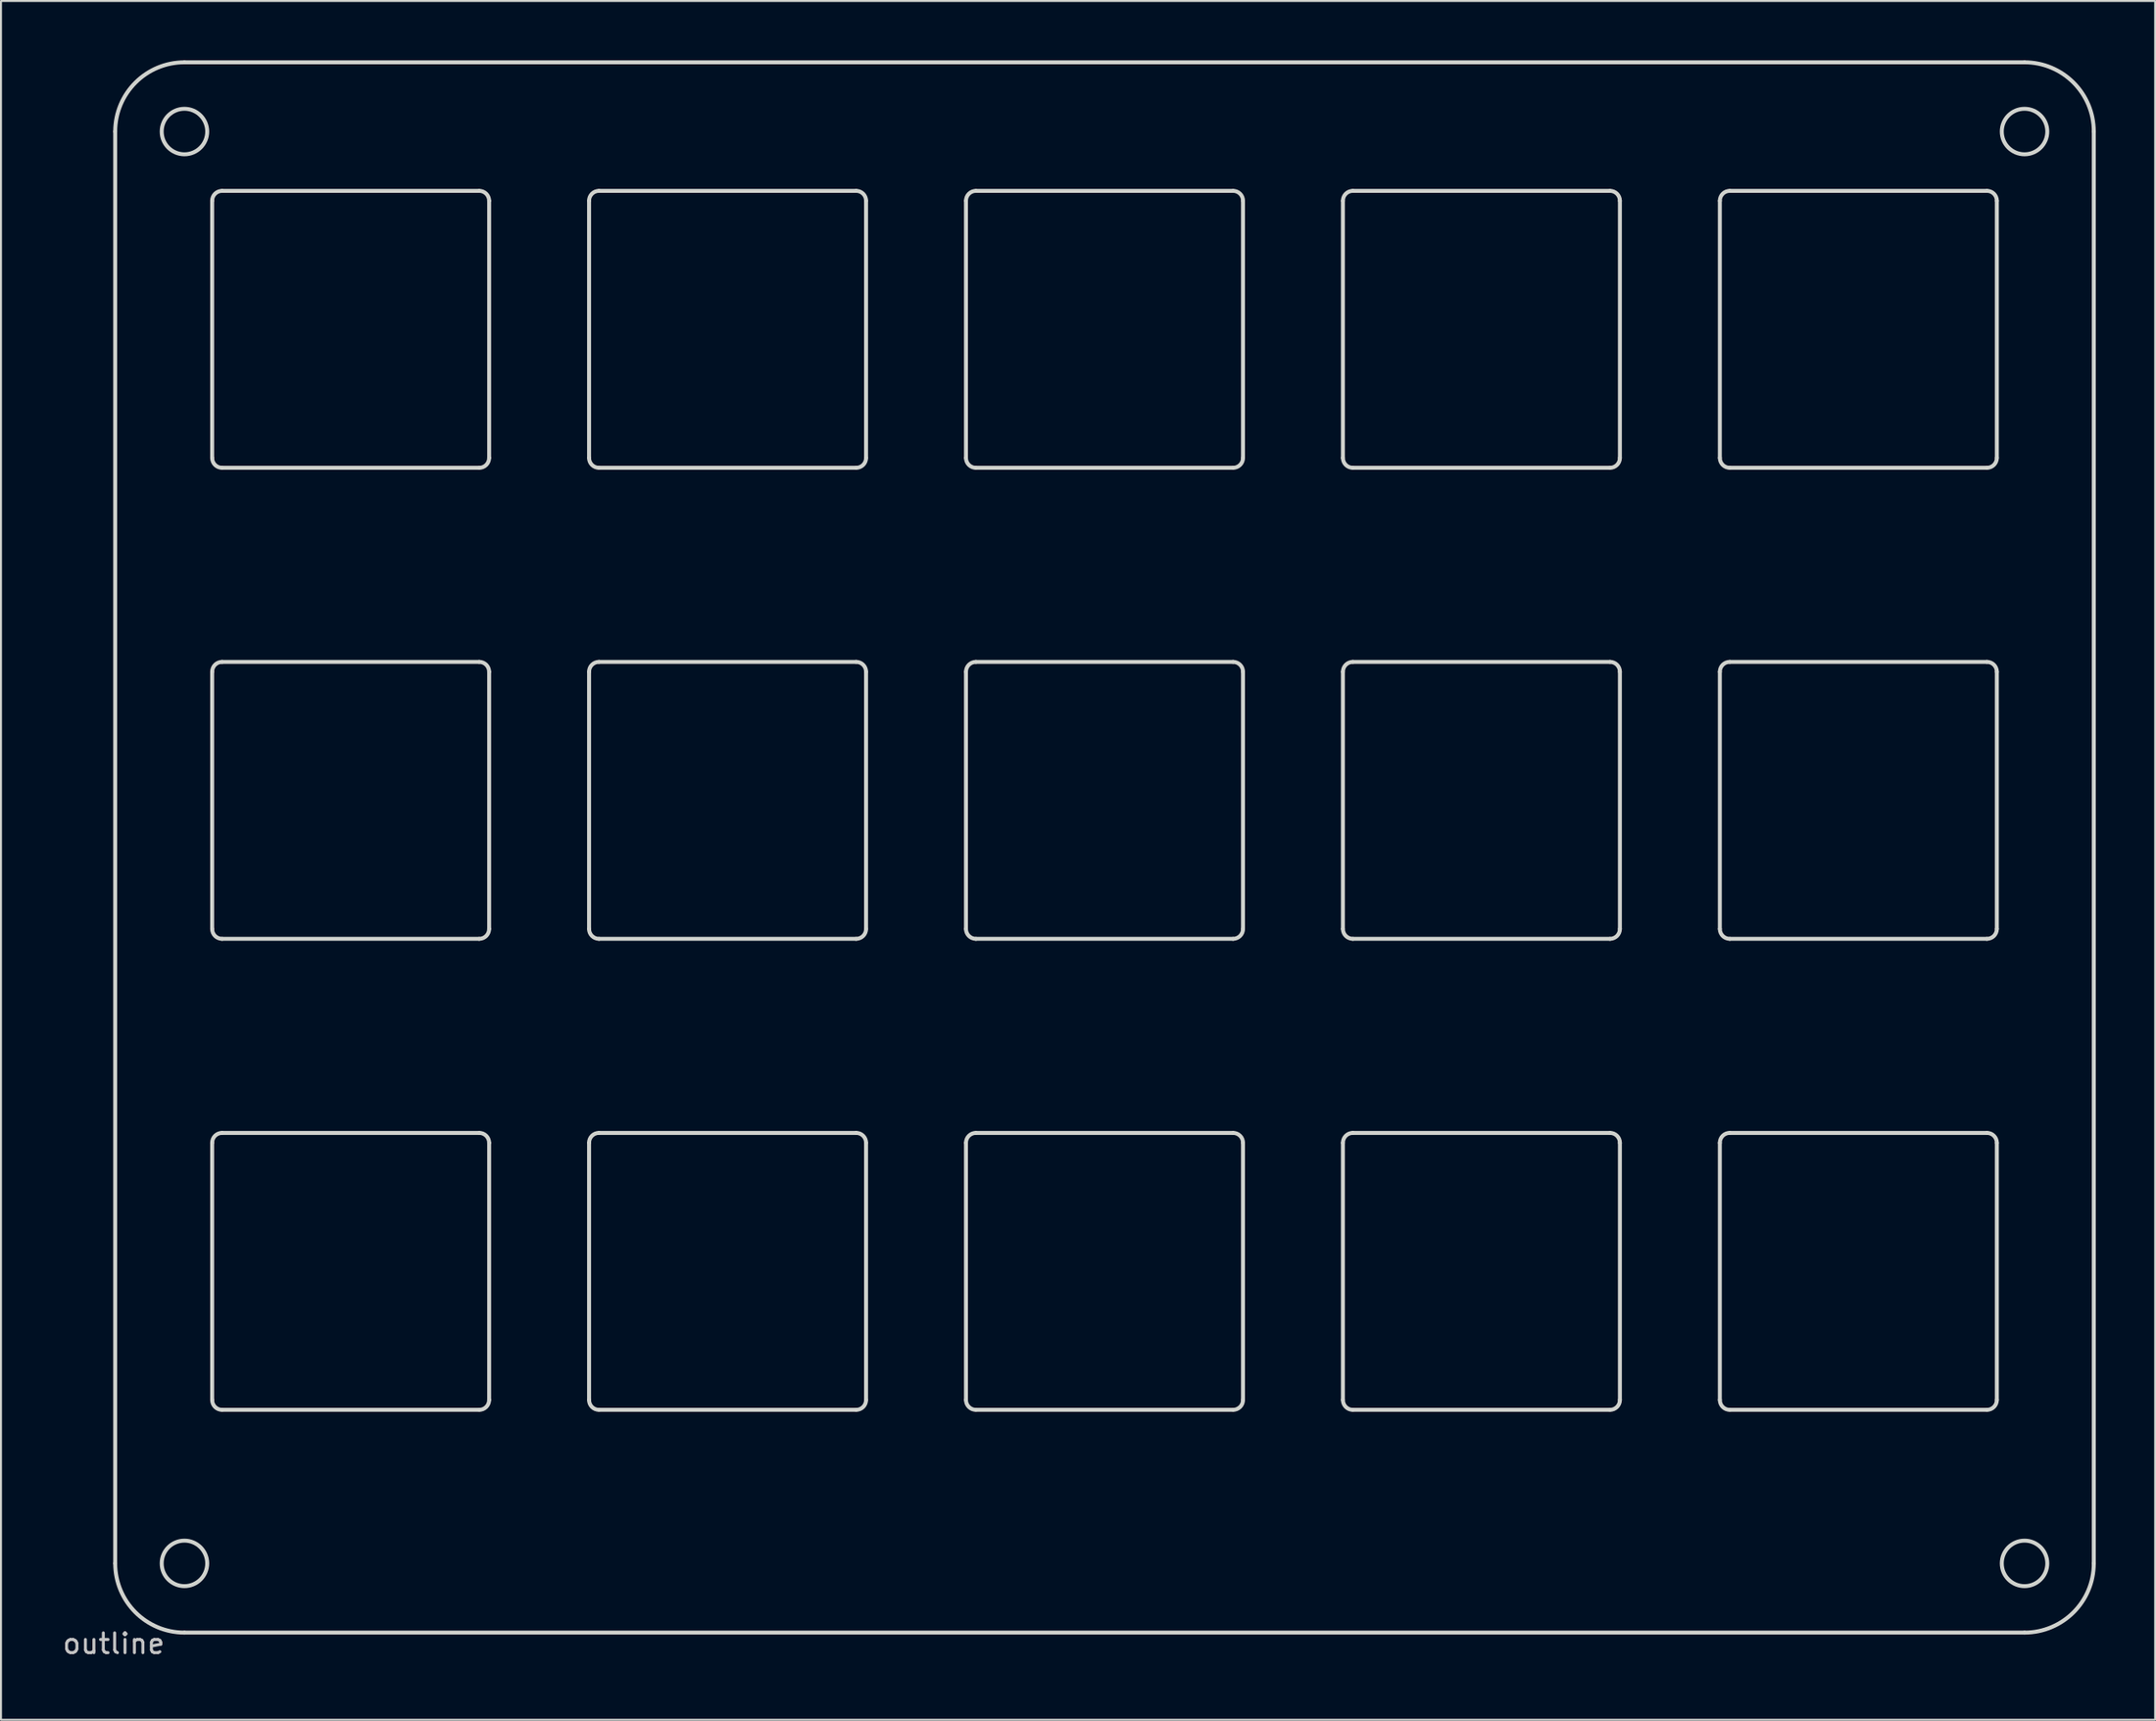
<source format=kicad_pcb>
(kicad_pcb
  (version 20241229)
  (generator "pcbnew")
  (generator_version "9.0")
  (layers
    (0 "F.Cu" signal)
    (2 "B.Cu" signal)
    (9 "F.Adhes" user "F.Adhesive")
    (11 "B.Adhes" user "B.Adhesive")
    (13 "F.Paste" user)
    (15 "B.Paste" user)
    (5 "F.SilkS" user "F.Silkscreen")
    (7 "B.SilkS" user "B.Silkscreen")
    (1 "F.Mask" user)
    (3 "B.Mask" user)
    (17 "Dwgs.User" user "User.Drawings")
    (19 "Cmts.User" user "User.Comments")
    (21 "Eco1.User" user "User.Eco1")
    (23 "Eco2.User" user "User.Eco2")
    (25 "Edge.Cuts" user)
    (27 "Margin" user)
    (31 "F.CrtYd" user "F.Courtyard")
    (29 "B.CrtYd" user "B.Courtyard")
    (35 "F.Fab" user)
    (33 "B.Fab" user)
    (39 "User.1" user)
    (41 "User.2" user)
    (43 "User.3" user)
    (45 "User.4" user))
  (footprint "outline"
    (layer "F.Cu")
    (at 2.696 79.546)
    (property "Reference" "outline" (at 0 0.5 0) (layer "Dwgs.User") (effects (font (size 1 1) (thickness 0.15))))
    (attr through_hole)
    (fp_line (start 0.076 -3.558) (end 0.076 -75.946) (stroke (width 0.2) (type solid)) (layer "Edge.Cuts"))
    (fp_line (start 3.576 -79.446) (end 96.576 -79.446) (stroke (width 0.2) (type solid)) (layer "Edge.Cuts"))
    (fp_line (start 4.976 -72.446) (end 4.976 -59.446) (stroke (width 0.2) (type solid)) (layer "Edge.Cuts"))
    (fp_line (start 4.976 -48.633) (end 4.976 -35.633) (stroke (width 0.2) (type solid)) (layer "Edge.Cuts"))
    (fp_line (start 4.976 -11.821) (end 4.976 -24.821) (stroke (width 0.2) (type solid)) (layer "Edge.Cuts"))
    (fp_line (start 5.476 -58.946) (end 18.476 -58.946) (stroke (width 0.2) (type solid)) (layer "Edge.Cuts"))
    (fp_line (start 5.476 -35.133) (end 18.476 -35.133) (stroke (width 0.2) (type solid)) (layer "Edge.Cuts"))
    (fp_line (start 5.476 -25.321) (end 18.476 -25.321) (stroke (width 0.2) (type solid)) (layer "Edge.Cuts"))
    (fp_line (start 18.476 -72.946) (end 5.476 -72.946) (stroke (width 0.2) (type solid)) (layer "Edge.Cuts"))
    (fp_line (start 18.476 -49.133) (end 5.476 -49.133) (stroke (width 0.2) (type solid)) (layer "Edge.Cuts"))
    (fp_line (start 18.476 -11.321) (end 5.476 -11.321) (stroke (width 0.2) (type solid)) (layer "Edge.Cuts"))
    (fp_line (start 18.976 -59.446) (end 18.976 -72.446) (stroke (width 0.2) (type solid)) (layer "Edge.Cuts"))
    (fp_line (start 18.976 -35.633) (end 18.976 -48.633) (stroke (width 0.2) (type solid)) (layer "Edge.Cuts"))
    (fp_line (start 18.976 -24.821) (end 18.976 -11.821) (stroke (width 0.2) (type solid)) (layer "Edge.Cuts"))
    (fp_line (start 24.026 -72.446) (end 24.026 -59.446) (stroke (width 0.2) (type solid)) (layer "Edge.Cuts"))
    (fp_line (start 24.026 -48.633) (end 24.026 -35.633) (stroke (width 0.2) (type solid)) (layer "Edge.Cuts"))
    (fp_line (start 24.026 -24.821) (end 24.026 -11.821) (stroke (width 0.2) (type solid)) (layer "Edge.Cuts"))
    (fp_line (start 24.526 -58.946) (end 37.526 -58.946) (stroke (width 0.2) (type solid)) (layer "Edge.Cuts"))
    (fp_line (start 24.526 -35.133) (end 37.526 -35.133) (stroke (width 0.2) (type solid)) (layer "Edge.Cuts"))
    (fp_line (start 24.526 -11.321) (end 37.526 -11.321) (stroke (width 0.2) (type solid)) (layer "Edge.Cuts"))
    (fp_line (start 37.526 -72.946) (end 24.526 -72.946) (stroke (width 0.2) (type solid)) (layer "Edge.Cuts"))
    (fp_line (start 37.526 -49.133) (end 24.526 -49.133) (stroke (width 0.2) (type solid)) (layer "Edge.Cuts"))
    (fp_line (start 37.526 -25.321) (end 24.526 -25.321) (stroke (width 0.2) (type solid)) (layer "Edge.Cuts"))
    (fp_line (start 38.026 -59.446) (end 38.026 -72.446) (stroke (width 0.2) (type solid)) (layer "Edge.Cuts"))
    (fp_line (start 38.026 -35.633) (end 38.026 -48.633) (stroke (width 0.2) (type solid)) (layer "Edge.Cuts"))
    (fp_line (start 38.026 -11.821) (end 38.026 -24.821) (stroke (width 0.2) (type solid)) (layer "Edge.Cuts"))
    (fp_line (start 43.076 -72.446) (end 43.076 -59.446) (stroke (width 0.2) (type solid)) (layer "Edge.Cuts"))
    (fp_line (start 43.076 -48.633) (end 43.076 -35.633) (stroke (width 0.2) (type solid)) (layer "Edge.Cuts"))
    (fp_line (start 43.076 -24.821) (end 43.076 -11.821) (stroke (width 0.2) (type solid)) (layer "Edge.Cuts"))
    (fp_line (start 43.576 -58.946) (end 56.576 -58.946) (stroke (width 0.2) (type solid)) (layer "Edge.Cuts"))
    (fp_line (start 43.576 -35.133) (end 56.576 -35.133) (stroke (width 0.2) (type solid)) (layer "Edge.Cuts"))
    (fp_line (start 43.576 -11.321) (end 56.576 -11.321) (stroke (width 0.2) (type solid)) (layer "Edge.Cuts"))
    (fp_line (start 56.576 -72.946) (end 43.576 -72.946) (stroke (width 0.2) (type solid)) (layer "Edge.Cuts"))
    (fp_line (start 56.576 -49.133) (end 43.576 -49.133) (stroke (width 0.2) (type solid)) (layer "Edge.Cuts"))
    (fp_line (start 56.576 -25.321) (end 43.576 -25.321) (stroke (width 0.2) (type solid)) (layer "Edge.Cuts"))
    (fp_line (start 57.076 -59.446) (end 57.076 -72.446) (stroke (width 0.2) (type solid)) (layer "Edge.Cuts"))
    (fp_line (start 57.076 -35.633) (end 57.076 -48.633) (stroke (width 0.2) (type solid)) (layer "Edge.Cuts"))
    (fp_line (start 57.076 -11.821) (end 57.076 -24.821) (stroke (width 0.2) (type solid)) (layer "Edge.Cuts"))
    (fp_line (start 62.126 -72.446) (end 62.126 -59.446) (stroke (width 0.2) (type solid)) (layer "Edge.Cuts"))
    (fp_line (start 62.126 -48.633) (end 62.126 -35.633) (stroke (width 0.2) (type solid)) (layer "Edge.Cuts"))
    (fp_line (start 62.126 -24.821) (end 62.126 -11.821) (stroke (width 0.2) (type solid)) (layer "Edge.Cuts"))
    (fp_line (start 62.626 -58.946) (end 75.626 -58.946) (stroke (width 0.2) (type solid)) (layer "Edge.Cuts"))
    (fp_line (start 62.626 -35.133) (end 75.626 -35.133) (stroke (width 0.2) (type solid)) (layer "Edge.Cuts"))
    (fp_line (start 62.626 -11.321) (end 75.626 -11.321) (stroke (width 0.2) (type solid)) (layer "Edge.Cuts"))
    (fp_line (start 75.626 -72.946) (end 62.626 -72.946) (stroke (width 0.2) (type solid)) (layer "Edge.Cuts"))
    (fp_line (start 75.626 -49.133) (end 62.626 -49.133) (stroke (width 0.2) (type solid)) (layer "Edge.Cuts"))
    (fp_line (start 75.626 -25.321) (end 62.626 -25.321) (stroke (width 0.2) (type solid)) (layer "Edge.Cuts"))
    (fp_line (start 76.126 -59.446) (end 76.126 -72.446) (stroke (width 0.2) (type solid)) (layer "Edge.Cuts"))
    (fp_line (start 76.126 -35.633) (end 76.126 -48.633) (stroke (width 0.2) (type solid)) (layer "Edge.Cuts"))
    (fp_line (start 76.126 -11.821) (end 76.126 -24.821) (stroke (width 0.2) (type solid)) (layer "Edge.Cuts"))
    (fp_line (start 81.176 -72.446) (end 81.176 -59.446) (stroke (width 0.2) (type solid)) (layer "Edge.Cuts"))
    (fp_line (start 81.176 -48.633) (end 81.176 -35.633) (stroke (width 0.2) (type solid)) (layer "Edge.Cuts"))
    (fp_line (start 81.176 -24.821) (end 81.176 -11.821) (stroke (width 0.2) (type solid)) (layer "Edge.Cuts"))
    (fp_line (start 81.676 -58.946) (end 94.676 -58.946) (stroke (width 0.2) (type solid)) (layer "Edge.Cuts"))
    (fp_line (start 81.676 -35.133) (end 94.676 -35.133) (stroke (width 0.2) (type solid)) (layer "Edge.Cuts"))
    (fp_line (start 81.676 -11.321) (end 94.676 -11.321) (stroke (width 0.2) (type solid)) (layer "Edge.Cuts"))
    (fp_line (start 94.676 -72.946) (end 81.676 -72.946) (stroke (width 0.2) (type solid)) (layer "Edge.Cuts"))
    (fp_line (start 94.676 -49.133) (end 81.676 -49.133) (stroke (width 0.2) (type solid)) (layer "Edge.Cuts"))
    (fp_line (start 94.676 -25.321) (end 81.676 -25.321) (stroke (width 0.2) (type solid)) (layer "Edge.Cuts"))
    (fp_line (start 95.176 -59.446) (end 95.176 -72.446) (stroke (width 0.2) (type solid)) (layer "Edge.Cuts"))
    (fp_line (start 95.176 -35.633) (end 95.176 -48.633) (stroke (width 0.2) (type solid)) (layer "Edge.Cuts"))
    (fp_line (start 95.176 -11.821) (end 95.176 -24.821) (stroke (width 0.2) (type solid)) (layer "Edge.Cuts"))
    (fp_line (start 96.576 -0.059) (end 3.576 -0.059) (stroke (width 0.2) (type solid)) (layer "Edge.Cuts"))
    (fp_line (start 100.076 -75.946) (end 100.076 -3.558) (stroke (width 0.2) (type solid)) (layer "Edge.Cuts"))
    (fp_arc (start 0.076 -75.946) (mid 1.101126 -78.420874) (end 3.576 -79.446) (stroke (width 0.2) (type solid)) (layer "Edge.Cuts"))
    (fp_arc (start 3.576 -0.0585) (mid 1.101126 -1.083626) (end 0.076 -3.5585) (stroke (width 0.2) (type solid)) (layer "Edge.Cuts"))
    (fp_arc (start 4.976 -72.446) (mid 5.122447 -72.799553) (end 5.476 -72.946) (stroke (width 0.2) (type solid)) (layer "Edge.Cuts"))
    (fp_arc (start 4.976 -48.6335) (mid 5.122447 -48.987053) (end 5.476 -49.1335) (stroke (width 0.2) (type solid)) (layer "Edge.Cuts"))
    (fp_arc (start 4.976 -24.821) (mid 5.122447 -25.174553) (end 5.476 -25.321) (stroke (width 0.2) (type solid)) (layer "Edge.Cuts"))
    (fp_arc (start 5.476 -58.946) (mid 5.122447 -59.092447) (end 4.976 -59.446) (stroke (width 0.2) (type solid)) (layer "Edge.Cuts"))
    (fp_arc (start 5.476 -35.1335) (mid 5.122447 -35.279947) (end 4.976 -35.6335) (stroke (width 0.2) (type solid)) (layer "Edge.Cuts"))
    (fp_arc (start 5.476 -11.321) (mid 5.122447 -11.467447) (end 4.976 -11.821) (stroke (width 0.2) (type solid)) (layer "Edge.Cuts"))
    (fp_arc (start 18.476 -72.946) (mid 18.829553 -72.799553) (end 18.976 -72.446) (stroke (width 0.2) (type solid)) (layer "Edge.Cuts"))
    (fp_arc (start 18.476 -49.1335) (mid 18.829553 -48.987053) (end 18.976 -48.6335) (stroke (width 0.2) (type solid)) (layer "Edge.Cuts"))
    (fp_arc (start 18.476 -25.321) (mid 18.829553 -25.174553) (end 18.976 -24.821) (stroke (width 0.2) (type solid)) (layer "Edge.Cuts"))
    (fp_arc (start 18.976 -59.446) (mid 18.829553 -59.092447) (end 18.476 -58.946) (stroke (width 0.2) (type solid)) (layer "Edge.Cuts"))
    (fp_arc (start 18.976 -35.6335) (mid 18.829553 -35.279947) (end 18.476 -35.1335) (stroke (width 0.2) (type solid)) (layer "Edge.Cuts"))
    (fp_arc (start 18.976 -11.821) (mid 18.829553 -11.467447) (end 18.476 -11.321) (stroke (width 0.2) (type solid)) (layer "Edge.Cuts"))
    (fp_arc (start 24.026 -72.446) (mid 24.172447 -72.799553) (end 24.526 -72.946) (stroke (width 0.2) (type solid)) (layer "Edge.Cuts"))
    (fp_arc (start 24.026 -48.6335) (mid 24.172447 -48.987053) (end 24.526 -49.1335) (stroke (width 0.2) (type solid)) (layer "Edge.Cuts"))
    (fp_arc (start 24.026 -24.821) (mid 24.172447 -25.174553) (end 24.526 -25.321) (stroke (width 0.2) (type solid)) (layer "Edge.Cuts"))
    (fp_arc (start 24.526 -58.946) (mid 24.172447 -59.092447) (end 24.026 -59.446) (stroke (width 0.2) (type solid)) (layer "Edge.Cuts"))
    (fp_arc (start 24.526 -35.1335) (mid 24.172447 -35.279947) (end 24.026 -35.6335) (stroke (width 0.2) (type solid)) (layer "Edge.Cuts"))
    (fp_arc (start 24.526 -11.321) (mid 24.172447 -11.467447) (end 24.026 -11.821) (stroke (width 0.2) (type solid)) (layer "Edge.Cuts"))
    (fp_arc (start 37.526 -72.946) (mid 37.879553 -72.799553) (end 38.026 -72.446) (stroke (width 0.2) (type solid)) (layer "Edge.Cuts"))
    (fp_arc (start 37.526 -49.1335) (mid 37.879553 -48.987053) (end 38.026 -48.6335) (stroke (width 0.2) (type solid)) (layer "Edge.Cuts"))
    (fp_arc (start 37.526 -25.321) (mid 37.879553 -25.174553) (end 38.026 -24.821) (stroke (width 0.2) (type solid)) (layer "Edge.Cuts"))
    (fp_arc (start 38.026 -59.446) (mid 37.879553 -59.092447) (end 37.526 -58.946) (stroke (width 0.2) (type solid)) (layer "Edge.Cuts"))
    (fp_arc (start 38.026 -35.6335) (mid 37.879553 -35.279947) (end 37.526 -35.1335) (stroke (width 0.2) (type solid)) (layer "Edge.Cuts"))
    (fp_arc (start 38.026 -11.821) (mid 37.879553 -11.467447) (end 37.526 -11.321) (stroke (width 0.2) (type solid)) (layer "Edge.Cuts"))
    (fp_arc (start 43.076 -72.446) (mid 43.222447 -72.799553) (end 43.576 -72.946) (stroke (width 0.2) (type solid)) (layer "Edge.Cuts"))
    (fp_arc (start 43.076 -48.6335) (mid 43.222447 -48.987053) (end 43.576 -49.1335) (stroke (width 0.2) (type solid)) (layer "Edge.Cuts"))
    (fp_arc (start 43.076 -24.821) (mid 43.222447 -25.174553) (end 43.576 -25.321) (stroke (width 0.2) (type solid)) (layer "Edge.Cuts"))
    (fp_arc (start 43.576 -58.946) (mid 43.222447 -59.092447) (end 43.076 -59.446) (stroke (width 0.2) (type solid)) (layer "Edge.Cuts"))
    (fp_arc (start 43.576 -35.1335) (mid 43.222447 -35.279947) (end 43.076 -35.6335) (stroke (width 0.2) (type solid)) (layer "Edge.Cuts"))
    (fp_arc (start 43.576 -11.321) (mid 43.222447 -11.467447) (end 43.076 -11.821) (stroke (width 0.2) (type solid)) (layer "Edge.Cuts"))
    (fp_arc (start 56.576 -72.946) (mid 56.929553 -72.799553) (end 57.076 -72.446) (stroke (width 0.2) (type solid)) (layer "Edge.Cuts"))
    (fp_arc (start 56.576 -49.1335) (mid 56.929553 -48.987053) (end 57.076 -48.6335) (stroke (width 0.2) (type solid)) (layer "Edge.Cuts"))
    (fp_arc (start 56.576 -25.321) (mid 56.929553 -25.174553) (end 57.076 -24.821) (stroke (width 0.2) (type solid)) (layer "Edge.Cuts"))
    (fp_arc (start 57.076 -59.446) (mid 56.929553 -59.092447) (end 56.576 -58.946) (stroke (width 0.2) (type solid)) (layer "Edge.Cuts"))
    (fp_arc (start 57.076 -35.6335) (mid 56.929553 -35.279947) (end 56.576 -35.1335) (stroke (width 0.2) (type solid)) (layer "Edge.Cuts"))
    (fp_arc (start 57.076 -11.821) (mid 56.929553 -11.467447) (end 56.576 -11.321) (stroke (width 0.2) (type solid)) (layer "Edge.Cuts"))
    (fp_arc (start 62.126 -72.446) (mid 62.272447 -72.799553) (end 62.626 -72.946) (stroke (width 0.2) (type solid)) (layer "Edge.Cuts"))
    (fp_arc (start 62.126 -48.6335) (mid 62.272447 -48.987053) (end 62.626 -49.1335) (stroke (width 0.2) (type solid)) (layer "Edge.Cuts"))
    (fp_arc (start 62.126 -24.821) (mid 62.272447 -25.174553) (end 62.626 -25.321) (stroke (width 0.2) (type solid)) (layer "Edge.Cuts"))
    (fp_arc (start 62.626 -58.946) (mid 62.272447 -59.092447) (end 62.126 -59.446) (stroke (width 0.2) (type solid)) (layer "Edge.Cuts"))
    (fp_arc (start 62.626 -35.1335) (mid 62.272447 -35.279947) (end 62.126 -35.6335) (stroke (width 0.2) (type solid)) (layer "Edge.Cuts"))
    (fp_arc (start 62.626 -11.321) (mid 62.272447 -11.467447) (end 62.126 -11.821) (stroke (width 0.2) (type solid)) (layer "Edge.Cuts"))
    (fp_arc (start 75.626 -72.946) (mid 75.979553 -72.799553) (end 76.126 -72.446) (stroke (width 0.2) (type solid)) (layer "Edge.Cuts"))
    (fp_arc (start 75.626 -49.1335) (mid 75.979553 -48.987053) (end 76.126 -48.6335) (stroke (width 0.2) (type solid)) (layer "Edge.Cuts"))
    (fp_arc (start 75.626 -25.321) (mid 75.979553 -25.174553) (end 76.126 -24.821) (stroke (width 0.2) (type solid)) (layer "Edge.Cuts"))
    (fp_arc (start 76.126 -59.446) (mid 75.979553 -59.092447) (end 75.626 -58.946) (stroke (width 0.2) (type solid)) (layer "Edge.Cuts"))
    (fp_arc (start 76.126 -35.6335) (mid 75.979553 -35.279947) (end 75.626 -35.1335) (stroke (width 0.2) (type solid)) (layer "Edge.Cuts"))
    (fp_arc (start 76.126 -11.821) (mid 75.979553 -11.467447) (end 75.626 -11.321) (stroke (width 0.2) (type solid)) (layer "Edge.Cuts"))
    (fp_arc (start 81.176 -72.446) (mid 81.322447 -72.799553) (end 81.676 -72.946) (stroke (width 0.2) (type solid)) (layer "Edge.Cuts"))
    (fp_arc (start 81.176 -48.6335) (mid 81.322447 -48.987053) (end 81.676 -49.1335) (stroke (width 0.2) (type solid)) (layer "Edge.Cuts"))
    (fp_arc (start 81.176 -24.821) (mid 81.322447 -25.174553) (end 81.676 -25.321) (stroke (width 0.2) (type solid)) (layer "Edge.Cuts"))
    (fp_arc (start 81.676 -58.946) (mid 81.322447 -59.092447) (end 81.176 -59.446) (stroke (width 0.2) (type solid)) (layer "Edge.Cuts"))
    (fp_arc (start 81.676 -35.1335) (mid 81.322447 -35.279947) (end 81.176 -35.6335) (stroke (width 0.2) (type solid)) (layer "Edge.Cuts"))
    (fp_arc (start 81.676 -11.321) (mid 81.322447 -11.467447) (end 81.176 -11.821) (stroke (width 0.2) (type solid)) (layer "Edge.Cuts"))
    (fp_arc (start 94.676 -72.946) (mid 95.029553 -72.799553) (end 95.176 -72.446) (stroke (width 0.2) (type solid)) (layer "Edge.Cuts"))
    (fp_arc (start 94.676 -49.1335) (mid 95.029553 -48.987053) (end 95.176 -48.6335) (stroke (width 0.2) (type solid)) (layer "Edge.Cuts"))
    (fp_arc (start 94.676 -25.321) (mid 95.029553 -25.174553) (end 95.176 -24.821) (stroke (width 0.2) (type solid)) (layer "Edge.Cuts"))
    (fp_arc (start 95.176 -59.446) (mid 95.029553 -59.092447) (end 94.676 -58.946) (stroke (width 0.2) (type solid)) (layer "Edge.Cuts"))
    (fp_arc (start 95.176 -35.6335) (mid 95.029553 -35.279947) (end 94.676 -35.1335) (stroke (width 0.2) (type solid)) (layer "Edge.Cuts"))
    (fp_arc (start 95.176 -11.821) (mid 95.029553 -11.467447) (end 94.676 -11.321) (stroke (width 0.2) (type solid)) (layer "Edge.Cuts"))
    (fp_arc (start 96.576 -79.446) (mid 99.050874 -78.420874) (end 100.076 -75.946) (stroke (width 0.2) (type solid)) (layer "Edge.Cuts"))
    (fp_arc (start 100.076 -3.5585) (mid 99.050874 -1.083626) (end 96.576 -0.0585) (stroke (width 0.2) (type solid)) (layer "Edge.Cuts"))
    (fp_circle (center 3.576 -75.946) (end 2.426 -75.946) (stroke (width 0.2) (type solid)) (fill no) (layer "Edge.Cuts"))
    (fp_circle (center 3.576 -3.558) (end 2.426 -3.558) (stroke (width 0.2) (type solid)) (fill no) (layer "Edge.Cuts"))
    (fp_circle (center 96.576 -75.946) (end 95.426 -75.946) (stroke (width 0.2) (type solid)) (fill no) (layer "Edge.Cuts"))
    (fp_circle (center 96.576 -3.558) (end 95.426 -3.558) (stroke (width 0.2) (type solid)) (fill no) (layer "Edge.Cuts")))
  (gr_rect
    (start -3 -3)
    (end 105.872 83.894)
    (stroke (width 0.1) (type default))
    (fill no)
    (layer "Edge.Cuts")))
</source>
